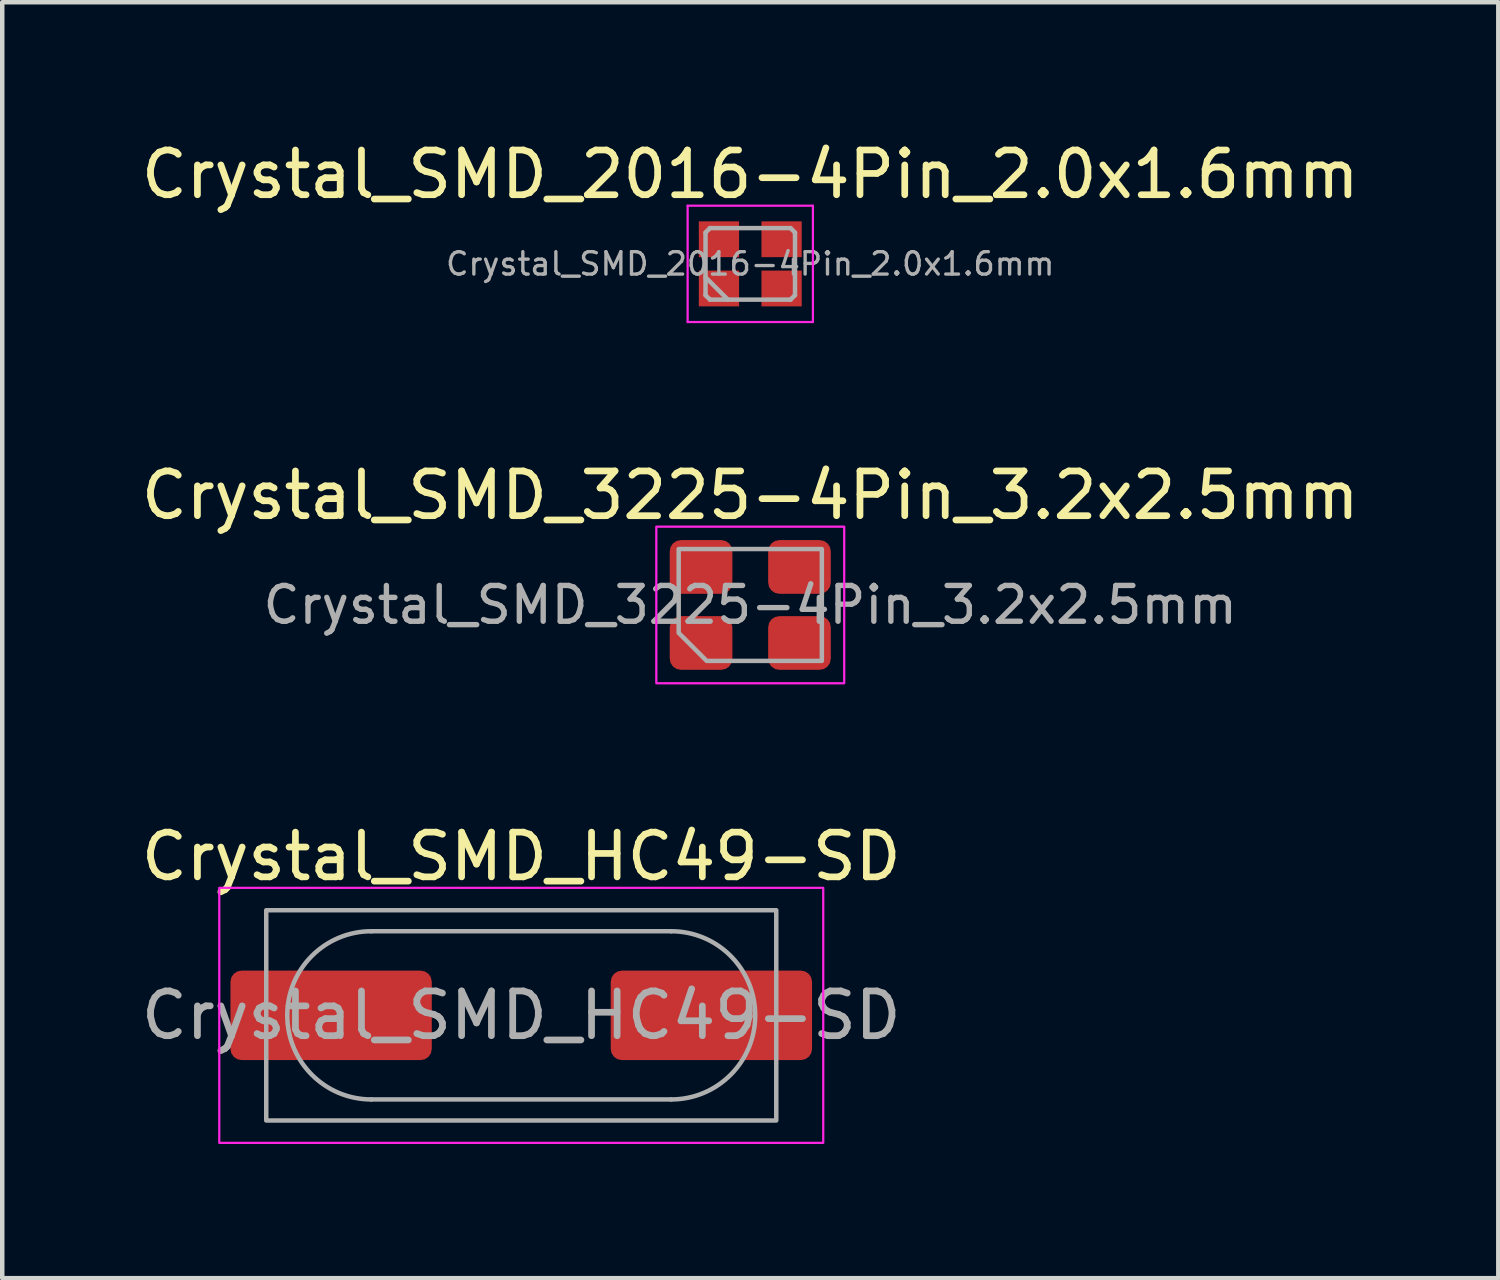
<source format=kicad_pcb>
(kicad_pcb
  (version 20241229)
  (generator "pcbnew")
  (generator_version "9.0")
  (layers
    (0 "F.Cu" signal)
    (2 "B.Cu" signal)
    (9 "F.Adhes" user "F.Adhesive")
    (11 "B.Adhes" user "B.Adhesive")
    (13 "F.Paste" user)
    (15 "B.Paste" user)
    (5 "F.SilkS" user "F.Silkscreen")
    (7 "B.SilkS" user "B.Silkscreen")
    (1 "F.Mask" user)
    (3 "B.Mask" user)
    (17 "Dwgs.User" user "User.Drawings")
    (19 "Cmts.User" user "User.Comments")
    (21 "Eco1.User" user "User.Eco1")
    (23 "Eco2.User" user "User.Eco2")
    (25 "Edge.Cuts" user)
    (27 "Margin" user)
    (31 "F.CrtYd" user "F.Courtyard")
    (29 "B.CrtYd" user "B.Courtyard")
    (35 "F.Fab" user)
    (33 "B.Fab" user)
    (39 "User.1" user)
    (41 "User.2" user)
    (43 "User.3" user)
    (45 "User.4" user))
  (footprint "Crystal_SMD_2016-4Pin_2.0x1.6mm"
    (layer "F.Cu")
    (at 13.72 2.848)
    (property "Reference" "Crystal_SMD_2016-4Pin_2.0x1.6mm" (at 0 -2 0) (layer "F.SilkS") (effects (font (size 1 1) (thickness 0.15))))
    (attr smd)
    (fp_line (start -1.4 -1.3) (end -1.4 1.3) (stroke (width 0.05) (type solid)) (layer "F.CrtYd"))
    (fp_line (start -1.4 1.3) (end 1.4 1.3) (stroke (width 0.05) (type solid)) (layer "F.CrtYd"))
    (fp_line (start 1.4 -1.3) (end -1.4 -1.3) (stroke (width 0.05) (type solid)) (layer "F.CrtYd"))
    (fp_line (start 1.4 1.3) (end 1.4 -1.3) (stroke (width 0.05) (type solid)) (layer "F.CrtYd"))
    (fp_line (start -1 -0.7) (end -0.9 -0.8) (stroke (width 0.1) (type solid)) (layer "F.Fab"))
    (fp_line (start -1 0.3) (end -0.5 0.8) (stroke (width 0.1) (type solid)) (layer "F.Fab"))
    (fp_line (start -1 0.7) (end -1 -0.7) (stroke (width 0.1) (type solid)) (layer "F.Fab"))
    (fp_line (start -0.9 -0.8) (end 0.9 -0.8) (stroke (width 0.1) (type solid)) (layer "F.Fab"))
    (fp_line (start -0.9 0.8) (end -1 0.7) (stroke (width 0.1) (type solid)) (layer "F.Fab"))
    (fp_line (start 0.9 -0.8) (end 1 -0.7) (stroke (width 0.1) (type solid)) (layer "F.Fab"))
    (fp_line (start 0.9 0.8) (end -0.9 0.8) (stroke (width 0.1) (type solid)) (layer "F.Fab"))
    (fp_line (start 1 -0.7) (end 1 0.7) (stroke (width 0.1) (type solid)) (layer "F.Fab"))
    (fp_line (start 1 0.7) (end 0.9 0.8) (stroke (width 0.1) (type solid)) (layer "F.Fab"))
    (fp_text user "${REFERENCE}" (at 0 0 0) (layer "F.Fab") (effects (font (size 0.5 0.5) (thickness 0.075))))
    (pad "1" smd rect (at -0.7 0.55) (size 0.9 0.8) (layers "F.Cu" "F.Mask" "F.Paste"))
    (pad "2" smd rect (at 0.7 0.55) (size 0.9 0.8) (layers "F.Cu" "F.Mask" "F.Paste"))
    (pad "3" smd rect (at 0.7 -0.55) (size 0.9 0.8) (layers "F.Cu" "F.Mask" "F.Paste"))
    (pad "4" smd rect (at -0.7 -0.55) (size 0.9 0.8) (layers "F.Cu" "F.Mask" "F.Paste")))
  (footprint "Crystal_SMD_3225-4Pin_3.2x2.5mm"
    (layer "F.Cu")
    (at 13.72 10.472)
    (property "Reference" "Crystal_SMD_3225-4Pin_3.2x2.5mm" (at 0 -2.45 0) (layer "F.SilkS") (effects (font (size 1 1) (thickness 0.15))))
    (attr smd)
    (fp_rect (start -2.1 -1.75) (end 2.1 1.75) (stroke (width 0.05) (type solid)) (fill no) (layer "F.CrtYd"))
    (fp_poly (pts (xy -1.6 -1.25) (xy -1.6 0.625) (xy -0.975 1.25) (xy 1.6 1.25) (xy 1.6 -1.25)) (stroke (width 0.1) (type solid)) (fill no) (layer "F.Fab"))
    (fp_text user "${REFERENCE}" (at 0 0 0) (layer "F.Fab") (effects (font (size 0.8 0.8) (thickness 0.12))))
    (pad "1" smd roundrect (at -1.1 0.85) (size 1.4 1.2) (layers "F.Cu" "F.Mask" "F.Paste") (roundrect_rratio 0.208))
    (pad "2" smd roundrect (at 1.1 0.85) (size 1.4 1.2) (layers "F.Cu" "F.Mask" "F.Paste") (roundrect_rratio 0.208))
    (pad "3" smd roundrect (at 1.1 -0.85) (size 1.4 1.2) (layers "F.Cu" "F.Mask" "F.Paste") (roundrect_rratio 0.208))
    (pad "4" smd roundrect (at -1.1 -0.85) (size 1.4 1.2) (layers "F.Cu" "F.Mask" "F.Paste") (roundrect_rratio 0.208)))
  (footprint "Crystal_SMD_HC49-SD"
    (layer "F.Cu")
    (at 8.601 19.645)
    (property "Reference" "Crystal_SMD_HC49-SD" (at 0 -3.55 0) (layer "F.SilkS") (effects (font (size 1 1) (thickness 0.15))))
    (attr smd)
    (fp_rect (start -6.75 -2.85) (end 6.75 2.85) (stroke (width 0.05) (type solid)) (fill no) (layer "F.CrtYd"))
    (fp_line (start -3.35 -1.88) (end 3.35 -1.88) (stroke (width 0.1) (type solid)) (layer "F.Fab"))
    (fp_line (start 3.35 1.88) (end -3.35 1.88) (stroke (width 0.1) (type solid)) (layer "F.Fab"))
    (fp_rect (start -5.7 -2.35) (end 5.7 2.35) (stroke (width 0.1) (type solid)) (fill no) (layer "F.Fab"))
    (fp_arc (start -3.35 1.88) (mid -5.23 0) (end -3.35 -1.88) (stroke (width 0.1) (type solid)) (layer "F.Fab"))
    (fp_arc (start 3.35 -1.88) (mid 5.23 0) (end 3.35 1.88) (stroke (width 0.1) (type solid)) (layer "F.Fab"))
    (fp_text user "${REFERENCE}" (at 0 0 0) (layer "F.Fab") (effects (font (size 1 1) (thickness 0.15))))
    (pad "1" smd roundrect (at -4.25 0) (size 4.5 2) (layers "F.Cu" "F.Mask" "F.Paste") (roundrect_rratio 0.125))
    (pad "2" smd roundrect (at 4.25 0) (size 4.5 2) (layers "F.Cu" "F.Mask" "F.Paste") (roundrect_rratio 0.125)))
  (gr_rect
    (start -3 -3)
    (end 30.44 25.52)
    (stroke (width 0.1) (type default))
    (fill no)
    (layer "Edge.Cuts")))
</source>
